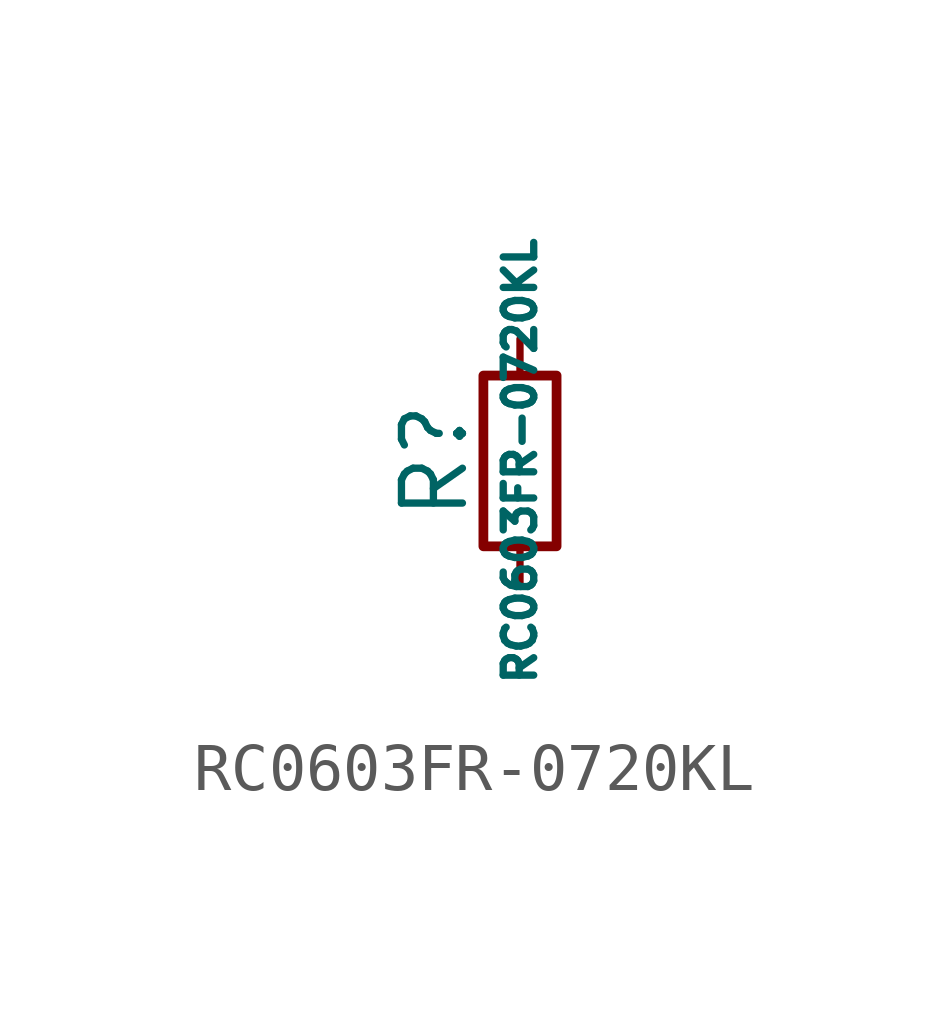
<source format=kicad_sym>
(kicad_symbol_lib
  (version 20220914)
  (generator kicad_symbol_editor)
  (symbol "RC0603FR-0720KL"
    (pin_numbers hide)
    (pin_names
      (offset 0.254) hide)
    (property "Reference" "R"
      (at -1.778 0 90)
      (effects (font (size 1.27 1.27))))
    (property "Value" "RC0603FR-0720KL"
      (at 0 0 90)
      (effects (font (size 0.635 0.635))))
    (symbol "RC0603FR-0720KL_0_1"
      (rectangle (start -0.762 1.778) (end 0.762 -1.778) (stroke (width 0.203) (type default)) (fill (type none))))
    (symbol "RC0603FR-0720KL_1_1"
      (pin passive line (at 0 2.54 270) (length 0.762) (name "~" (effects (font (size 1.27 1.27)))) (number "1" (effects (font (size 1.27 1.27)))))
      (pin passive line (at 0 -2.54 90) (length 0.762) (name "~" (effects (font (size 1.27 1.27)))) (number "2" (effects (font (size 1.27 1.27))))))))
</source>
